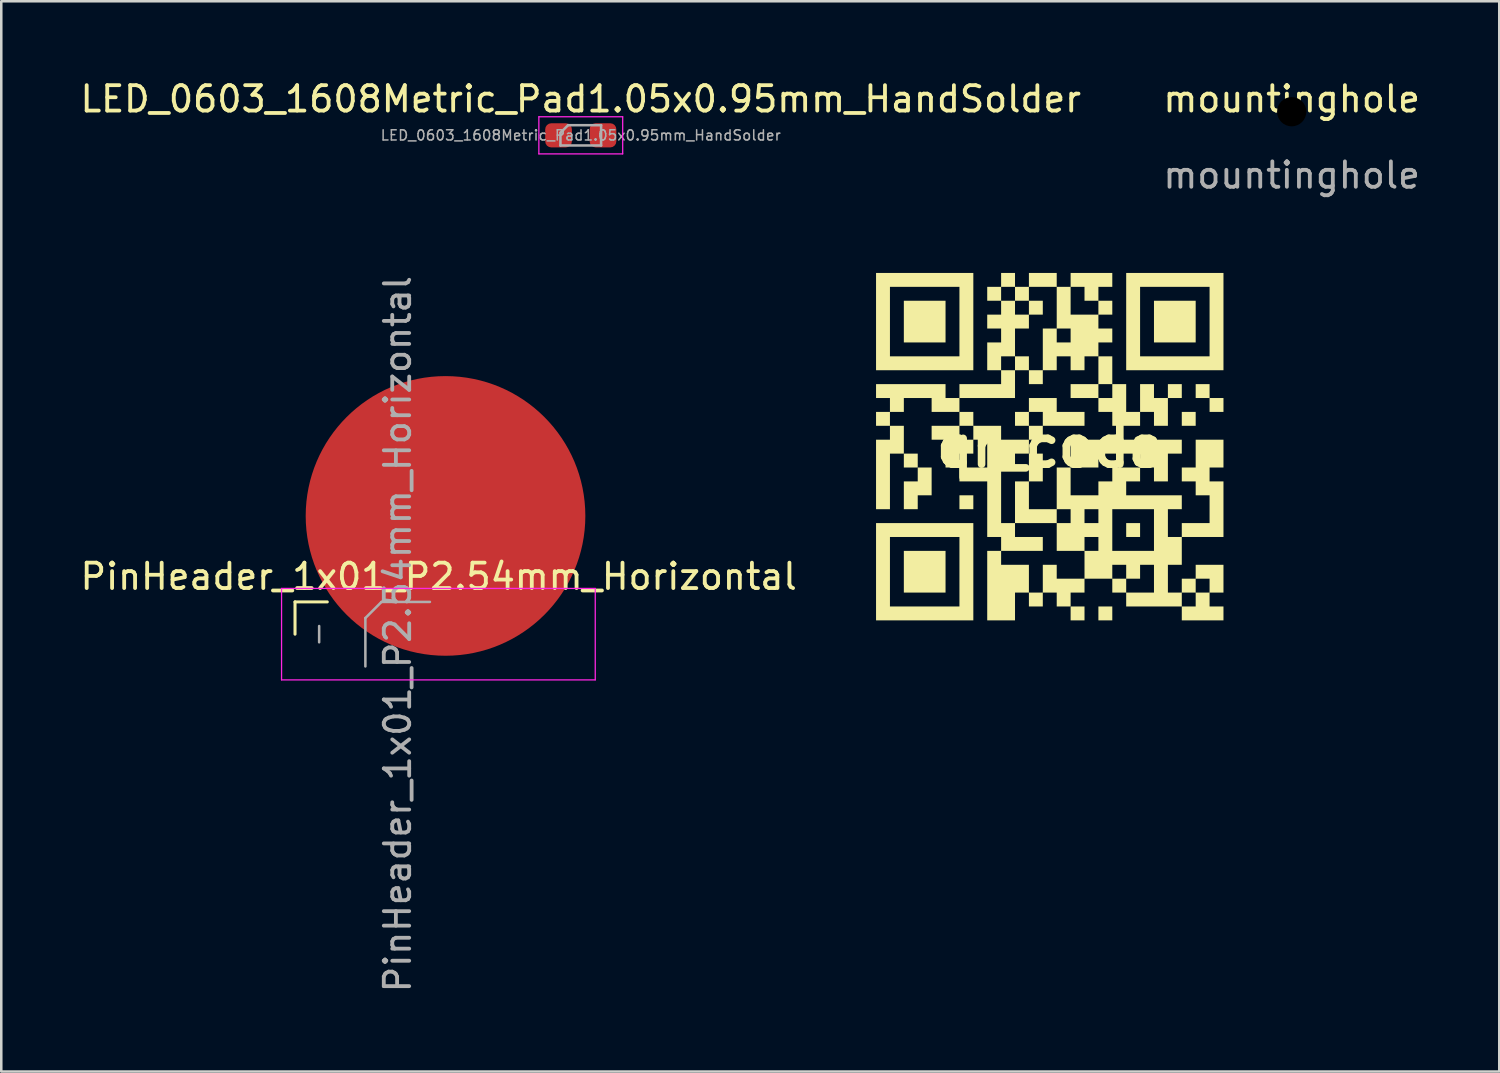
<source format=kicad_pcb>
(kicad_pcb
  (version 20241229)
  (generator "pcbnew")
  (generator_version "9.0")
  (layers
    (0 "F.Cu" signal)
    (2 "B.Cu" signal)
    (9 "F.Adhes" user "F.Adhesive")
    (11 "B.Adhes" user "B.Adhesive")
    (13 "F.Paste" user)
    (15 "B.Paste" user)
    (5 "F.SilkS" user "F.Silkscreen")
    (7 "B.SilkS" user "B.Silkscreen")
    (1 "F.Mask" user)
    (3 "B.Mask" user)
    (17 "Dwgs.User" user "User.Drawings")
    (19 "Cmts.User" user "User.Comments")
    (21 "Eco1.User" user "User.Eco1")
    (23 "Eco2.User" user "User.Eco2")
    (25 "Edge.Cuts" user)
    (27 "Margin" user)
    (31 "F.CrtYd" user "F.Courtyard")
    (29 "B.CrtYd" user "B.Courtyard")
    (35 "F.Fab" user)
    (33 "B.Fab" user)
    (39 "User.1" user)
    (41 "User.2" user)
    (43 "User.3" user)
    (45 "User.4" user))
  (footprint "PinHeader_1x01_P2.54mm_Horizontal"
    (layer "F.Cu")
    (at 9.835 21.917)
    (property "Reference" "PinHeader_1x01_P2.54mm_Horizontal" (at 4.385 -2.27 0) (layer "F.SilkS") (effects (font (size 1 1) (thickness 0.15))))
    (attr through_hole)
    (fp_line (start -1.27 -1.27) (end 0 -1.27) (stroke (width 0.12) (type solid)) (layer "F.SilkS"))
    (fp_line (start -1.27 0) (end -1.27 -1.27) (stroke (width 0.12) (type solid)) (layer "F.SilkS"))
    (fp_line (start -1.8 -1.8) (end -1.8 1.8) (stroke (width 0.05) (type solid)) (layer "F.CrtYd"))
    (fp_line (start -1.8 1.8) (end 10.55 1.8) (stroke (width 0.05) (type solid)) (layer "F.CrtYd"))
    (fp_line (start 10.55 -1.8) (end -1.8 -1.8) (stroke (width 0.05) (type solid)) (layer "F.CrtYd"))
    (fp_line (start 10.55 1.8) (end 10.55 -1.8) (stroke (width 0.05) (type solid)) (layer "F.CrtYd"))
    (fp_line (start -0.32 -0.32) (end -0.32 0.32) (stroke (width 0.1) (type solid)) (layer "F.Fab"))
    (fp_line (start 1.5 -0.635) (end 2.135 -1.27) (stroke (width 0.1) (type solid)) (layer "F.Fab"))
    (fp_line (start 1.5 1.27) (end 1.5 -0.635) (stroke (width 0.1) (type solid)) (layer "F.Fab"))
    (fp_line (start 2.135 -1.27) (end 4.04 -1.27) (stroke (width 0.1) (type solid)) (layer "F.Fab"))
    (fp_text user "${REFERENCE}" (at 2.77 0 90) (layer "F.Fab") (effects (font (size 1 1) (thickness 0.15))))
    (pad "1" smd oval (at 4.655 -4.655) (size 11.01 11.01) (layers "F.Cu" "F.Mask" "F.Paste")))
  (footprint "qr_code"
    (layer "F.Cu")
    (at 38.279 14.535)
    (property "Reference" "qr_code" (at 0 0 0) (layer "F.SilkS") (effects (font (size 1.524 1.524) (thickness 0.3))))
    (attr board_only exclude_from_pos_files exclude_from_bom)
    (fp_poly (pts (xy -6.292 -0.821) (xy -6.839 -0.821) (xy -6.839 -1.368) (xy -6.292 -1.368)) (stroke (width 0) (type solid)) (fill yes) (layer "F.SilkS"))
    (fp_poly (pts (xy -5.198 0.821) (xy -5.745 0.821) (xy -5.745 0.274) (xy -5.198 0.274)) (stroke (width 0) (type solid)) (fill yes) (layer "F.SilkS"))
    (fp_poly (pts (xy -4.103 -4.103) (xy -5.745 -4.103) (xy -5.745 -5.745) (xy -4.103 -5.745)) (stroke (width 0) (type solid)) (fill yes) (layer "F.SilkS"))
    (fp_poly (pts (xy -4.103 5.745) (xy -5.745 5.745) (xy -5.745 4.103) (xy -4.103 4.103)) (stroke (width 0) (type solid)) (fill yes) (layer "F.SilkS"))
    (fp_poly (pts (xy -3.009 2.462) (xy -3.556 2.462) (xy -3.556 1.915) (xy -3.009 1.915)) (stroke (width 0) (type solid)) (fill yes) (layer "F.SilkS"))
    (fp_poly (pts (xy -0.274 -5.198) (xy -0.821 -5.198) (xy -0.821 -5.745) (xy -0.274 -5.745)) (stroke (width 0) (type solid)) (fill yes) (layer "F.SilkS"))
    (fp_poly (pts (xy -0.274 1.368) (xy -0.821 1.368) (xy -0.821 0.274) (xy -0.274 0.274)) (stroke (width 0) (type solid)) (fill yes) (layer "F.SilkS"))
    (fp_poly (pts (xy 1.368 6.839) (xy 0.821 6.839) (xy 0.821 6.292) (xy 1.368 6.292)) (stroke (width 0) (type solid)) (fill yes) (layer "F.SilkS"))
    (fp_poly (pts (xy 2.462 6.839) (xy 1.915 6.839) (xy 1.915 6.292) (xy 2.462 6.292)) (stroke (width 0) (type solid)) (fill yes) (layer "F.SilkS"))
    (fp_poly (pts (xy 3.556 3.556) (xy 3.009 3.556) (xy 3.009 3.009) (xy 3.556 3.009)) (stroke (width 0) (type solid)) (fill yes) (layer "F.SilkS"))
    (fp_poly (pts (xy 5.198 -1.915) (xy 4.651 -1.915) (xy 4.651 -2.462) (xy 5.198 -2.462)) (stroke (width 0) (type solid)) (fill yes) (layer "F.SilkS"))
    (fp_poly (pts (xy 5.745 -4.103) (xy 4.103 -4.103) (xy 4.103 -5.745) (xy 5.745 -5.745)) (stroke (width 0) (type solid)) (fill yes) (layer "F.SilkS"))
    (fp_poly (pts (xy 5.745 -0.821) (xy 5.198 -0.821) (xy 5.198 -1.368) (xy 5.745 -1.368)) (stroke (width 0) (type solid)) (fill yes) (layer "F.SilkS"))
    (fp_poly (pts (xy 6.292 -1.915) (xy 5.745 -1.915) (xy 5.745 -2.462) (xy 6.292 -2.462)) (stroke (width 0) (type solid)) (fill yes) (layer "F.SilkS"))
    (fp_poly (pts (xy 6.839 -1.368) (xy 6.292 -1.368) (xy 6.292 -1.915) (xy 6.839 -1.915)) (stroke (width 0) (type solid)) (fill yes) (layer "F.SilkS"))
    (fp_poly (pts (xy -5.745 0.274) (xy -6.292 0.274) (xy -6.292 2.462) (xy -6.839 2.462) (xy -6.839 -0.274) (xy -6.292 -0.274) (xy -6.292 -0.821) (xy -5.745 -0.821)) (stroke (width 0) (type solid)) (fill yes) (layer "F.SilkS"))
    (fp_poly (pts (xy -4.651 1.915) (xy -5.198 1.915) (xy -5.198 2.462) (xy -5.745 2.462) (xy -5.745 1.368) (xy -5.198 1.368) (xy -5.198 0.821) (xy -4.651 0.821)) (stroke (width 0) (type solid)) (fill yes) (layer "F.SilkS"))
    (fp_poly (pts (xy 4.103 -1.915) (xy 4.651 -1.915) (xy 4.651 -0.821) (xy 4.103 -0.821) (xy 4.103 -1.368) (xy 3.556 -1.368) (xy 3.556 -2.462) (xy 4.103 -2.462)) (stroke (width 0) (type solid)) (fill yes) (layer "F.SilkS"))
    (fp_poly (pts (xy -3.009 -3.009) (xy -6.839 -3.009) (xy -6.839 -3.556) (xy -6.292 -3.556) (xy -3.556 -3.556) (xy -3.556 -6.292) (xy -6.292 -6.292) (xy -6.292 -3.556) (xy -6.839 -3.556) (xy -6.839 -6.839) (xy -3.009 -6.839)) (stroke (width 0) (type solid)) (fill yes) (layer "F.SilkS"))
    (fp_poly (pts (xy -3.009 6.839) (xy -6.839 6.839) (xy -6.839 6.292) (xy -6.292 6.292) (xy -3.556 6.292) (xy -3.556 3.556) (xy -6.292 3.556) (xy -6.292 6.292) (xy -6.839 6.292) (xy -6.839 3.009) (xy -3.009 3.009)) (stroke (width 0) (type solid)) (fill yes) (layer "F.SilkS"))
    (fp_poly (pts (xy 6.839 -3.009) (xy 3.009 -3.009) (xy 3.009 -3.556) (xy 3.556 -3.556) (xy 6.292 -3.556) (xy 6.292 -6.292) (xy 3.556 -6.292) (xy 3.556 -3.556) (xy 3.009 -3.556) (xy 3.009 -6.839) (xy 6.839 -6.839)) (stroke (width 0) (type solid)) (fill yes) (layer "F.SilkS"))
    (fp_poly (pts (xy -4.103 -1.915) (xy -3.556 -1.915) (xy -3.556 -1.368) (xy -4.651 -1.368) (xy -4.651 -1.915) (xy -5.745 -1.915) (xy -5.745 -1.368) (xy -6.292 -1.368) (xy -6.292 -1.915) (xy -6.839 -1.915) (xy -6.839 -2.462) (xy -4.103 -2.462)) (stroke (width 0) (type solid)) (fill yes) (layer "F.SilkS"))
    (fp_poly (pts (xy 0.274 -1.368) (xy 1.368 -1.368) (xy 1.368 -0.821) (xy -0.274 -0.821) (xy -0.274 -0.274) (xy -0.821 -0.274) (xy -0.821 -0.821) (xy -0.274 -0.821) (xy -0.274 -1.368) (xy -0.821 -1.368) (xy -0.821 -0.821) (xy -1.368 -0.821) (xy -1.368 -1.368) (xy -0.821 -1.368) (xy -0.821 -1.915) (xy 0.274 -1.915)) (stroke (width 0) (type solid)) (fill yes) (layer "F.SilkS"))
    (fp_poly (pts (xy 6.839 0.821) (xy 6.292 0.821) (xy 6.292 1.368) (xy 6.839 1.368) (xy 6.839 3.556) (xy 5.198 3.556) (xy 5.198 3.009) (xy 6.292 3.009) (xy 6.292 1.915) (xy 5.745 1.915) (xy 5.745 1.368) (xy 5.198 1.368) (xy 5.198 0.821) (xy 5.745 0.821) (xy 5.745 -0.274) (xy 6.839 -0.274)) (stroke (width 0) (type solid)) (fill yes) (layer "F.SilkS"))
    (fp_poly (pts (xy 3.009 -2.462) (xy 3.009 -1.368) (xy 3.556 -1.368) (xy 3.556 -0.821) (xy 2.462 -0.821) (xy 2.462 -1.368) (xy 1.915 -1.368) (xy 1.915 -1.915) (xy 2.462 -1.915) (xy 2.462 -2.462) (xy 1.915 -2.462) (xy 1.915 -1.915) (xy 0.821 -1.915) (xy 0.821 -2.462) (xy 1.915 -2.462) (xy 1.915 -3.556) (xy 2.462 -3.556) (xy 2.462 -2.462)) (stroke (width 0) (type solid)) (fill yes) (layer "F.SilkS"))
    (fp_poly (pts (xy -1.368 -6.292) (xy -0.821 -6.292) (xy -0.821 -6.839) (xy 0.274 -6.839) (xy 0.274 -6.292) (xy 0.821 -6.292) (xy 0.821 -6.839) (xy 2.462 -6.839) (xy 2.462 -6.292) (xy 1.915 -6.292) (xy 1.915 -5.745) (xy 2.462 -5.745) (xy 2.462 -5.198) (xy 1.915 -5.198) (xy 1.915 -4.651) (xy 2.462 -4.651) (xy 2.462 -4.103) (xy 1.915 -4.103) (xy 1.915 -3.556) (xy 1.368 -3.556) (xy 1.368 -3.009) (xy 0.821 -3.009) (xy 0.821 -3.556) (xy 0.274 -3.556) (xy 0.274 -3.009) (xy -0.274 -3.009) (xy -0.274 -2.462) (xy -0.821 -2.462) (xy -0.821 -3.009) (xy -1.368 -3.009) (xy -1.368 -1.915) (xy -3.556 -1.915) (xy -3.556 -2.462) (xy -1.915 -2.462) (xy -1.915 -3.009) (xy -1.368 -3.009) (xy -1.368 -3.556) (xy -0.821 -3.556) (xy -0.821 -3.009) (xy -0.274 -3.009) (xy -0.274 -4.103) (xy 0.274 -4.103) (xy 0.821 -4.103) (xy 0.821 -4.651) (xy 0.274 -4.651) (xy 0.274 -4.103) (xy -0.274 -4.103) (xy -0.274 -4.651) (xy 0.274 -4.651) (xy 0.274 -5.198) (xy 0.821 -5.198) (xy 1.915 -5.198) (xy 1.915 -5.745) (xy 1.368 -5.745) (xy 1.368 -6.292) (xy 0.821 -6.292) (xy 0.821 -5.198) (xy 0.274 -5.198) (xy 0.274 -6.292) (xy -0.821 -6.292) (xy -0.821 -5.745) (xy -1.368 -5.745) (xy -1.368 -5.198) (xy -0.821 -5.198) (xy -0.821 -4.651) (xy -1.368 -4.651) (xy -1.368 -3.556) (xy -1.915 -3.556) (xy -1.915 -3.009) (xy -2.462 -3.009) (xy -2.462 -4.103) (xy -1.915 -4.103) (xy -1.915 -4.651) (xy -2.462 -4.651) (xy -2.462 -5.198) (xy -1.915 -5.198) (xy -1.915 -5.745) (xy -1.368 -5.745) (xy -1.368 -6.292) (xy -1.915 -6.292) (xy -1.915 -5.745) (xy -2.462 -5.745) (xy -2.462 -6.292) (xy -1.915 -6.292) (xy -1.915 -6.839) (xy -1.368 -6.839)) (stroke (width 0) (type solid)) (fill yes) (layer "F.SilkS"))
    (fp_poly (pts (xy -1.915 -0.821) (xy -1.915 -0.274) (xy -0.821 -0.274) (xy -0.821 0.274) (xy -1.368 0.274) (xy -1.368 0.821) (xy -1.915 0.821) (xy -1.915 3.009) (xy -1.368 3.009) (xy -1.368 1.368) (xy -0.821 1.368) (xy -0.821 2.462) (xy 0.274 2.462) (xy 0.274 1.915) (xy 0.821 1.915) (xy 1.915 1.915) (xy 1.915 1.368) (xy 2.462 1.368) (xy 2.462 0.821) (xy 3.556 0.821) (xy 3.556 0.274) (xy 1.915 0.274) (xy 1.915 0.821) (xy 0.821 0.821) (xy 0.821 1.915) (xy 0.274 1.915) (xy 0.274 0.821) (xy 0.821 0.821) (xy 0.821 -0.274) (xy 5.198 -0.274) (xy 5.198 0.274) (xy 4.651 0.274) (xy 4.651 1.368) (xy 4.103 1.368) (xy 4.103 0.821) (xy 3.556 0.821) (xy 3.556 1.368) (xy 3.009 1.368) (xy 3.009 1.915) (xy 5.198 1.915) (xy 5.198 2.462) (xy 4.651 2.462) (xy 4.651 3.556) (xy 5.198 3.556) (xy 5.198 4.651) (xy 4.651 4.651) (xy 4.651 5.745) (xy 5.198 5.745) (xy 5.198 5.198) (xy 5.745 5.198) (xy 5.745 4.651) (xy 6.839 4.651) (xy 6.839 5.745) (xy 6.292 5.745) (xy 6.292 6.292) (xy 6.839 6.292) (xy 6.839 6.839) (xy 5.198 6.839) (xy 5.198 6.292) (xy 5.745 6.292) (xy 5.745 5.745) (xy 6.292 5.745) (xy 6.292 5.198) (xy 5.745 5.198) (xy 5.745 5.745) (xy 5.198 5.745) (xy 5.198 6.292) (xy 3.009 6.292) (xy 3.009 5.745) (xy 4.103 5.745) (xy 4.103 4.651) (xy 3.556 4.651) (xy 3.556 5.198) (xy 3.009 5.198) (xy 3.009 5.745) (xy 2.462 5.745) (xy 2.462 5.198) (xy 3.009 5.198) (xy 3.009 4.651) (xy 2.462 4.651) (xy 2.462 5.198) (xy 1.368 5.198) (xy 1.368 5.745) (xy 0.821 5.745) (xy 0.821 6.292) (xy 0.274 6.292) (xy 0.274 5.745) (xy -0.274 5.745) (xy -0.274 6.292) (xy -0.821 6.292) (xy -0.821 5.745) (xy -1.368 5.745) (xy -1.368 6.839) (xy -2.462 6.839) (xy -2.462 4.651) (xy -1.915 4.651) (xy -0.821 4.651) (xy -0.821 5.745) (xy -0.274 5.745) (xy -0.274 4.651) (xy 0.274 4.651) (xy 0.274 5.198) (xy 1.368 5.198) (xy 1.368 4.103) (xy 1.915 4.103) (xy 2.462 4.103) (xy 4.103 4.103) (xy 4.103 2.462) (xy 2.462 2.462) (xy 2.462 4.103) (xy 1.915 4.103) (xy 1.915 3.556) (xy 1.368 3.556) (xy 1.368 4.103) (xy 0.274 4.103) (xy 0.274 3.009) (xy 0.821 3.009) (xy 1.368 3.009) (xy 1.915 3.009) (xy 1.915 2.462) (xy 1.368 2.462) (xy 1.368 3.009) (xy 0.821 3.009) (xy 0.821 2.462) (xy 0.274 2.462) (xy 0.274 3.009) (xy -1.368 3.009) (xy -1.368 3.556) (xy -0.274 3.556) (xy -0.274 4.103) (xy -1.915 4.103) (xy -1.915 4.651) (xy -2.462 4.651) (xy -2.462 4.103) (xy -1.915 4.103) (xy -1.915 3.556) (xy -2.462 3.556) (xy -2.462 1.368) (xy -3.556 1.368) (xy -3.556 0.821) (xy -2.462 0.821) (xy -2.462 -0.274) (xy -3.009 -0.274) (xy -3.009 0.274) (xy -3.556 0.274) (xy -3.556 0.821) (xy -4.103 0.821) (xy -4.103 -0.274) (xy -3.556 -0.274) (xy -3.009 -0.274) (xy -3.009 -0.821) (xy -3.556 -0.821) (xy -3.556 -0.274) (xy -4.103 -0.274) (xy -4.651 -0.274) (xy -4.651 -0.821) (xy -3.556 -0.821) (xy -3.556 -1.368) (xy -3.009 -1.368) (xy -3.009 -0.821)) (stroke (width 0) (type solid)) (fill yes) (layer "F.SilkS")))
  (footprint "mountinghole"
    (layer "F.Cu")
    (at 47.804 1.348)
    (property "Reference" "mountinghole" (at 0 -0.5 0) (unlocked yes) (layer "F.SilkS") (effects (font (size 1 1) (thickness 0.15))))
    (attr through_hole)
    (fp_text user "${REFERENCE}" (at 0 2.5 0) (unlocked yes) (layer "F.Fab") (effects (font (size 1 1) (thickness 0.15))))
    (pad "" np_thru_hole circle (at 0 0) (size 1.152 1.152) (drill 1.152) (layers "*.Mask")))
  (footprint "LED_0603_1608Metric_Pad1.05x0.95mm_HandSolder"
    (layer "F.Cu")
    (at 19.815 2.278)
    (property "Reference" "LED_0603_1608Metric_Pad1.05x0.95mm_HandSolder" (at 0 -1.43 0) (layer "F.SilkS") (effects (font (size 1 1) (thickness 0.15))))
    (attr smd)
    (fp_line (start -1.65 -0.73) (end 1.65 -0.73) (stroke (width 0.05) (type solid)) (layer "F.CrtYd"))
    (fp_line (start -1.65 0.73) (end -1.65 -0.73) (stroke (width 0.05) (type solid)) (layer "F.CrtYd"))
    (fp_line (start 1.65 -0.73) (end 1.65 0.73) (stroke (width 0.05) (type solid)) (layer "F.CrtYd"))
    (fp_line (start 1.65 0.73) (end -1.65 0.73) (stroke (width 0.05) (type solid)) (layer "F.CrtYd"))
    (fp_line (start -0.8 -0.1) (end -0.8 0.4) (stroke (width 0.1) (type solid)) (layer "F.Fab"))
    (fp_line (start -0.8 0.4) (end 0.8 0.4) (stroke (width 0.1) (type solid)) (layer "F.Fab"))
    (fp_line (start -0.5 -0.4) (end -0.8 -0.1) (stroke (width 0.1) (type solid)) (layer "F.Fab"))
    (fp_line (start 0.8 -0.4) (end -0.5 -0.4) (stroke (width 0.1) (type solid)) (layer "F.Fab"))
    (fp_line (start 0.8 0.4) (end 0.8 -0.4) (stroke (width 0.1) (type solid)) (layer "F.Fab"))
    (fp_text user "${REFERENCE}" (at 0 0 0) (layer "F.Fab") (effects (font (size 0.4 0.4) (thickness 0.06))))
    (pad "1" smd roundrect (at -0.875 0) (size 1.05 0.95) (layers "F.Cu" "F.Mask" "F.Paste") (roundrect_rratio 0.25))
    (pad "2" smd roundrect (at 0.875 0) (size 1.05 0.95) (layers "F.Cu" "F.Mask" "F.Paste") (roundrect_rratio 0.25)))
  (gr_rect
    (start -3 -3)
    (end 55.976 39.137)
    (stroke (width 0.1) (type default))
    (fill no)
    (layer "Edge.Cuts")))
</source>
